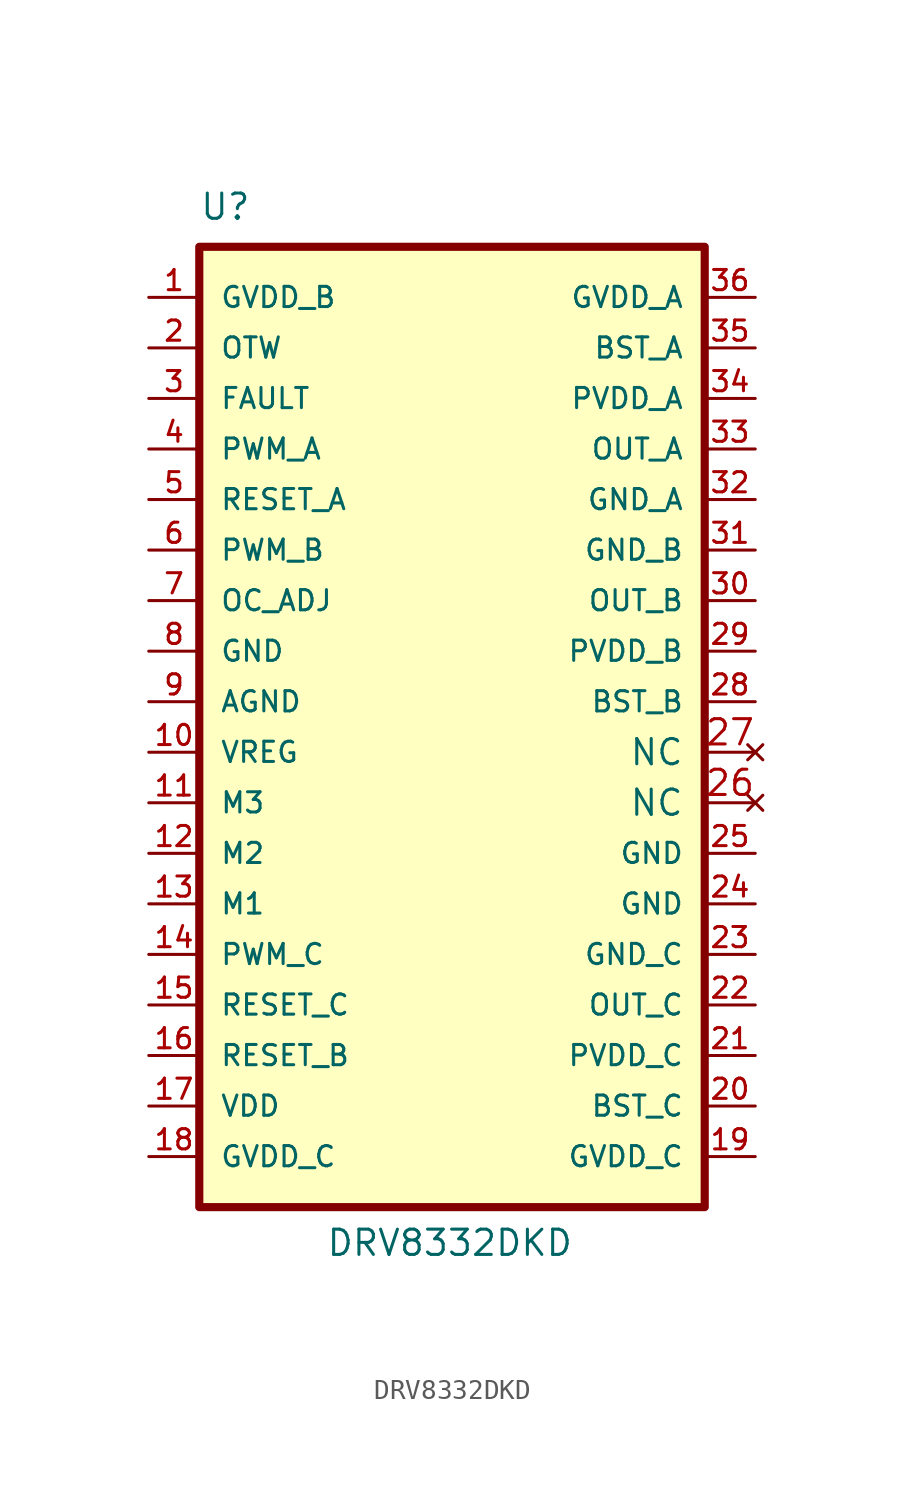
<source format=kicad_sym>
(kicad_symbol_lib
  (version 20220914)
  (generator kicad_symbol_editor)
  (symbol "DRV8332DKD"
    (pin_names
      (offset 1.016))
    (property "Reference" "U"
      (at -12.7 67.31 0)
      (effects (font (size 1.27 1.27)) (justify left bottom)))
    (property "Value" "DRV8332DKD"
      (at -6.35 15.24 0)
      (effects (font (size 1.27 1.27)) (justify left bottom)))
    (symbol "DRV8332DKD_0_0"
      (rectangle (start -12.7 66.04) (end 12.7 17.78) (stroke (width 0.41) (type default)) (fill (type background))))
    (symbol "DRV8332DKD_1_0"
      (pin power_in line (at -15.24 63.5 0) (length 2.54) (name "GVDD_B" (effects (font (size 1.016 1.016)))) (number "1" (effects (font (size 1.016 1.016)))))
      (pin bidirectional line (at -15.24 40.64 0) (length 2.54) (name "VREG" (effects (font (size 1.016 1.016)))) (number "10" (effects (font (size 1.016 1.016)))))
      (pin bidirectional line (at -15.24 38.1 0) (length 2.54) (name "M3" (effects (font (size 1.016 1.016)))) (number "11" (effects (font (size 1.016 1.016)))))
      (pin bidirectional line (at -15.24 35.56 0) (length 2.54) (name "M2" (effects (font (size 1.016 1.016)))) (number "12" (effects (font (size 1.016 1.016)))))
      (pin bidirectional line (at -15.24 33.02 0) (length 2.54) (name "M1" (effects (font (size 1.016 1.016)))) (number "13" (effects (font (size 1.016 1.016)))))
      (pin bidirectional line (at -15.24 30.48 0) (length 2.54) (name "PWM_C" (effects (font (size 1.016 1.016)))) (number "14" (effects (font (size 1.016 1.016)))))
      (pin bidirectional line (at -15.24 27.94 0) (length 2.54) (name "RESET_C" (effects (font (size 1.016 1.016)))) (number "15" (effects (font (size 1.016 1.016)))))
      (pin bidirectional line (at -15.24 25.4 0) (length 2.54) (name "RESET_B" (effects (font (size 1.016 1.016)))) (number "16" (effects (font (size 1.016 1.016)))))
      (pin power_in line (at -15.24 22.86 0) (length 2.54) (name "VDD" (effects (font (size 1.016 1.016)))) (number "17" (effects (font (size 1.016 1.016)))))
      (pin power_in line (at -15.24 20.32 0) (length 2.54) (name "GVDD_C" (effects (font (size 1.016 1.016)))) (number "18" (effects (font (size 1.016 1.016)))))
      (pin power_in line (at 15.24 20.32 180) (length 2.54) (name "GVDD_C" (effects (font (size 1.016 1.016)))) (number "19" (effects (font (size 1.016 1.016)))))
      (pin bidirectional line (at -15.24 60.96 0) (length 2.54) (name "OTW" (effects (font (size 1.016 1.016)))) (number "2" (effects (font (size 1.016 1.016)))))
      (pin bidirectional line (at 15.24 22.86 180) (length 2.54) (name "BST_C" (effects (font (size 1.016 1.016)))) (number "20" (effects (font (size 1.016 1.016)))))
      (pin power_in line (at 15.24 25.4 180) (length 2.54) (name "PVDD_C" (effects (font (size 1.016 1.016)))) (number "21" (effects (font (size 1.016 1.016)))))
      (pin output line (at 15.24 27.94 180) (length 2.54) (name "OUT_C" (effects (font (size 1.016 1.016)))) (number "22" (effects (font (size 1.016 1.016)))))
      (pin power_in line (at 15.24 30.48 180) (length 2.54) (name "GND_C" (effects (font (size 1.016 1.016)))) (number "23" (effects (font (size 1.016 1.016)))))
      (pin power_in line (at 15.24 33.02 180) (length 2.54) (name "GND" (effects (font (size 1.016 1.016)))) (number "24" (effects (font (size 1.016 1.016)))))
      (pin power_in line (at 15.24 35.56 180) (length 2.54) (name "GND" (effects (font (size 1.016 1.016)))) (number "25" (effects (font (size 1.016 1.016)))))
      (pin bidirectional line (at 15.24 43.18 180) (length 2.54) (name "BST_B" (effects (font (size 1.016 1.016)))) (number "28" (effects (font (size 1.016 1.016)))))
      (pin power_in line (at 15.24 45.72 180) (length 2.54) (name "PVDD_B" (effects (font (size 1.016 1.016)))) (number "29" (effects (font (size 1.016 1.016)))))
      (pin bidirectional line (at -15.24 58.42 0) (length 2.54) (name "FAULT" (effects (font (size 1.016 1.016)))) (number "3" (effects (font (size 1.016 1.016)))))
      (pin output line (at 15.24 48.26 180) (length 2.54) (name "OUT_B" (effects (font (size 1.016 1.016)))) (number "30" (effects (font (size 1.016 1.016)))))
      (pin power_in line (at 15.24 50.8 180) (length 2.54) (name "GND_B" (effects (font (size 1.016 1.016)))) (number "31" (effects (font (size 1.016 1.016)))))
      (pin power_in line (at 15.24 53.34 180) (length 2.54) (name "GND_A" (effects (font (size 1.016 1.016)))) (number "32" (effects (font (size 1.016 1.016)))))
      (pin output line (at 15.24 55.88 180) (length 2.54) (name "OUT_A" (effects (font (size 1.016 1.016)))) (number "33" (effects (font (size 1.016 1.016)))))
      (pin power_in line (at 15.24 58.42 180) (length 2.54) (name "PVDD_A" (effects (font (size 1.016 1.016)))) (number "34" (effects (font (size 1.016 1.016)))))
      (pin bidirectional line (at 15.24 60.96 180) (length 2.54) (name "BST_A" (effects (font (size 1.016 1.016)))) (number "35" (effects (font (size 1.016 1.016)))))
      (pin power_in line (at 15.24 63.5 180) (length 2.54) (name "GVDD_A" (effects (font (size 1.016 1.016)))) (number "36" (effects (font (size 1.016 1.016)))))
      (pin bidirectional line (at -15.24 55.88 0) (length 2.54) (name "PWM_A" (effects (font (size 1.016 1.016)))) (number "4" (effects (font (size 1.016 1.016)))))
      (pin bidirectional line (at -15.24 53.34 0) (length 2.54) (name "RESET_A" (effects (font (size 1.016 1.016)))) (number "5" (effects (font (size 1.016 1.016)))))
      (pin bidirectional line (at -15.24 50.8 0) (length 2.54) (name "PWM_B" (effects (font (size 1.016 1.016)))) (number "6" (effects (font (size 1.016 1.016)))))
      (pin bidirectional line (at -15.24 48.26 0) (length 2.54) (name "OC_ADJ" (effects (font (size 1.016 1.016)))) (number "7" (effects (font (size 1.016 1.016)))))
      (pin power_in line (at -15.24 45.72 0) (length 2.54) (name "GND" (effects (font (size 1.016 1.016)))) (number "8" (effects (font (size 1.016 1.016)))))
      (pin power_in line (at -15.24 43.18 0) (length 2.54) (name "AGND" (effects (font (size 1.016 1.016)))) (number "9" (effects (font (size 1.016 1.016))))))
    (symbol "DRV8332DKD_1_1"
      (pin no_connect line (at 15.24 38.1 180) (length 2.54) (name "NC" (effects (font (size 1.27 1.27)))) (number "26" (effects (font (size 1.27 1.27)))))
      (pin no_connect line (at 15.24 40.64 180) (length 2.54) (name "NC" (effects (font (size 1.27 1.27)))) (number "27" (effects (font (size 1.27 1.27))))))))
</source>
